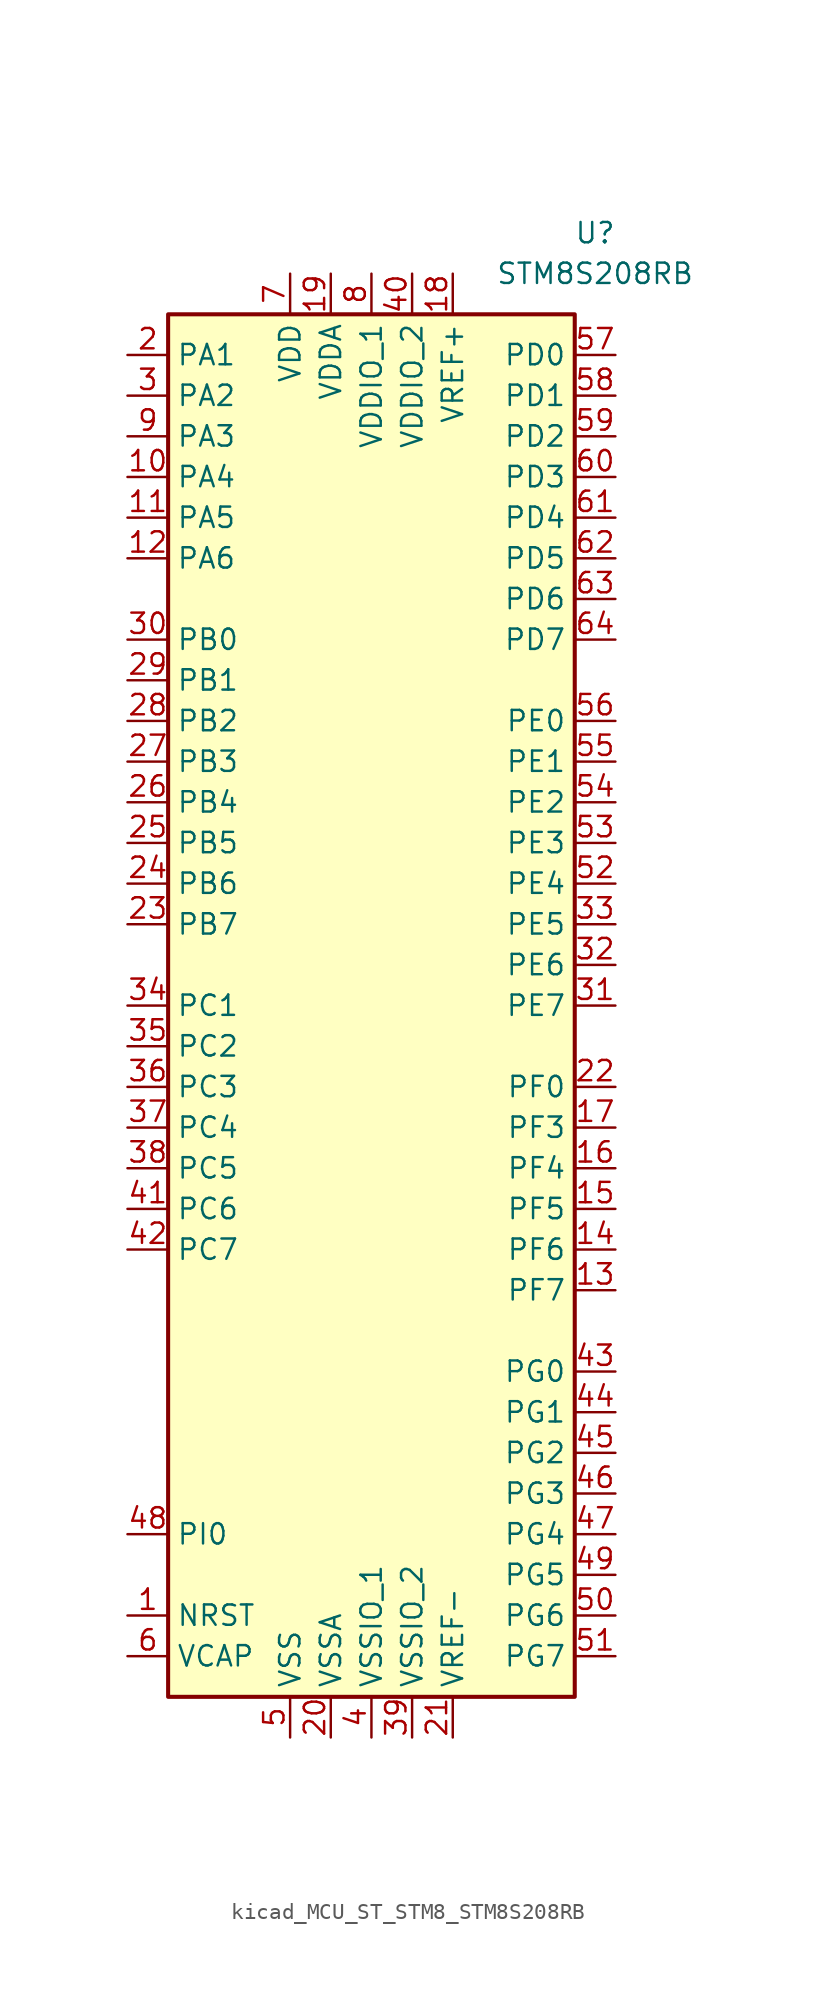
<source format=kicad_sym>
(kicad_symbol_lib
  (version 20220914)
  (generator kicad_symbol_editor)
  (symbol "kicad_MCU_ST_STM8_STM8S208RB"
    (property "Reference" "U"
      (at 13.97 48.26 0)
      (effects (font (size 1.27 1.27))))
    (property "Value" "STM8S208RB"
      (at 13.97 45.72 0)
      (effects (font (size 1.27 1.27))))
    (symbol "kicad_MCU_ST_STM8_STM8S208RB_0_1"
      (rectangle (start 12.7 43.18) (end -12.7 -43.18) (stroke (width 0.254) (type default)) (fill (type background))))
    (symbol "kicad_MCU_ST_STM8_STM8S208RB_1_1"
      (pin input line (at -15.24 -38.1 0) (length 2.54) (name "NRST" (effects (font (size 1.27 1.27)))) (number "1" (effects (font (size 1.27 1.27)))))
      (pin bidirectional line (at -15.24 33.02 0) (length 2.54) (name "PA4" (effects (font (size 1.27 1.27)))) (number "10" (effects (font (size 1.27 1.27)))))
      (pin bidirectional line (at -15.24 30.48 0) (length 2.54) (name "PA5" (effects (font (size 1.27 1.27)))) (number "11" (effects (font (size 1.27 1.27)))))
      (pin bidirectional line (at -15.24 27.94 0) (length 2.54) (name "PA6" (effects (font (size 1.27 1.27)))) (number "12" (effects (font (size 1.27 1.27)))))
      (pin bidirectional line (at 15.24 -17.78 180) (length 2.54) (name "PF7" (effects (font (size 1.27 1.27)))) (number "13" (effects (font (size 1.27 1.27)))))
      (pin bidirectional line (at 15.24 -15.24 180) (length 2.54) (name "PF6" (effects (font (size 1.27 1.27)))) (number "14" (effects (font (size 1.27 1.27)))))
      (pin bidirectional line (at 15.24 -12.7 180) (length 2.54) (name "PF5" (effects (font (size 1.27 1.27)))) (number "15" (effects (font (size 1.27 1.27)))))
      (pin bidirectional line (at 15.24 -10.16 180) (length 2.54) (name "PF4" (effects (font (size 1.27 1.27)))) (number "16" (effects (font (size 1.27 1.27)))))
      (pin bidirectional line (at 15.24 -7.62 180) (length 2.54) (name "PF3" (effects (font (size 1.27 1.27)))) (number "17" (effects (font (size 1.27 1.27)))))
      (pin power_in line (at 5.08 45.72 270) (length 2.54) (name "VREF+" (effects (font (size 1.27 1.27)))) (number "18" (effects (font (size 1.27 1.27)))))
      (pin power_in line (at -2.54 45.72 270) (length 2.54) (name "VDDA" (effects (font (size 1.27 1.27)))) (number "19" (effects (font (size 1.27 1.27)))))
      (pin bidirectional line (at -15.24 40.64 0) (length 2.54) (name "PA1" (effects (font (size 1.27 1.27)))) (number "2" (effects (font (size 1.27 1.27)))))
      (pin power_in line (at -2.54 -45.72 90) (length 2.54) (name "VSSA" (effects (font (size 1.27 1.27)))) (number "20" (effects (font (size 1.27 1.27)))))
      (pin power_in line (at 5.08 -45.72 90) (length 2.54) (name "VREF-" (effects (font (size 1.27 1.27)))) (number "21" (effects (font (size 1.27 1.27)))))
      (pin bidirectional line (at 15.24 -5.08 180) (length 2.54) (name "PF0" (effects (font (size 1.27 1.27)))) (number "22" (effects (font (size 1.27 1.27)))))
      (pin bidirectional line (at -15.24 5.08 0) (length 2.54) (name "PB7" (effects (font (size 1.27 1.27)))) (number "23" (effects (font (size 1.27 1.27)))))
      (pin bidirectional line (at -15.24 7.62 0) (length 2.54) (name "PB6" (effects (font (size 1.27 1.27)))) (number "24" (effects (font (size 1.27 1.27)))))
      (pin bidirectional line (at -15.24 10.16 0) (length 2.54) (name "PB5" (effects (font (size 1.27 1.27)))) (number "25" (effects (font (size 1.27 1.27)))))
      (pin bidirectional line (at -15.24 12.7 0) (length 2.54) (name "PB4" (effects (font (size 1.27 1.27)))) (number "26" (effects (font (size 1.27 1.27)))))
      (pin bidirectional line (at -15.24 15.24 0) (length 2.54) (name "PB3" (effects (font (size 1.27 1.27)))) (number "27" (effects (font (size 1.27 1.27)))))
      (pin bidirectional line (at -15.24 17.78 0) (length 2.54) (name "PB2" (effects (font (size 1.27 1.27)))) (number "28" (effects (font (size 1.27 1.27)))))
      (pin bidirectional line (at -15.24 20.32 0) (length 2.54) (name "PB1" (effects (font (size 1.27 1.27)))) (number "29" (effects (font (size 1.27 1.27)))))
      (pin bidirectional line (at -15.24 38.1 0) (length 2.54) (name "PA2" (effects (font (size 1.27 1.27)))) (number "3" (effects (font (size 1.27 1.27)))))
      (pin bidirectional line (at -15.24 22.86 0) (length 2.54) (name "PB0" (effects (font (size 1.27 1.27)))) (number "30" (effects (font (size 1.27 1.27)))))
      (pin bidirectional line (at 15.24 0 180) (length 2.54) (name "PE7" (effects (font (size 1.27 1.27)))) (number "31" (effects (font (size 1.27 1.27)))))
      (pin bidirectional line (at 15.24 2.54 180) (length 2.54) (name "PE6" (effects (font (size 1.27 1.27)))) (number "32" (effects (font (size 1.27 1.27)))))
      (pin bidirectional line (at 15.24 5.08 180) (length 2.54) (name "PE5" (effects (font (size 1.27 1.27)))) (number "33" (effects (font (size 1.27 1.27)))))
      (pin bidirectional line (at -15.24 0 0) (length 2.54) (name "PC1" (effects (font (size 1.27 1.27)))) (number "34" (effects (font (size 1.27 1.27)))))
      (pin bidirectional line (at -15.24 -2.54 0) (length 2.54) (name "PC2" (effects (font (size 1.27 1.27)))) (number "35" (effects (font (size 1.27 1.27)))))
      (pin bidirectional line (at -15.24 -5.08 0) (length 2.54) (name "PC3" (effects (font (size 1.27 1.27)))) (number "36" (effects (font (size 1.27 1.27)))))
      (pin bidirectional line (at -15.24 -7.62 0) (length 2.54) (name "PC4" (effects (font (size 1.27 1.27)))) (number "37" (effects (font (size 1.27 1.27)))))
      (pin bidirectional line (at -15.24 -10.16 0) (length 2.54) (name "PC5" (effects (font (size 1.27 1.27)))) (number "38" (effects (font (size 1.27 1.27)))))
      (pin power_in line (at 2.54 -45.72 90) (length 2.54) (name "VSSIO_2" (effects (font (size 1.27 1.27)))) (number "39" (effects (font (size 1.27 1.27)))))
      (pin power_in line (at 0 -45.72 90) (length 2.54) (name "VSSIO_1" (effects (font (size 1.27 1.27)))) (number "4" (effects (font (size 1.27 1.27)))))
      (pin power_in line (at 2.54 45.72 270) (length 2.54) (name "VDDIO_2" (effects (font (size 1.27 1.27)))) (number "40" (effects (font (size 1.27 1.27)))))
      (pin bidirectional line (at -15.24 -12.7 0) (length 2.54) (name "PC6" (effects (font (size 1.27 1.27)))) (number "41" (effects (font (size 1.27 1.27)))))
      (pin bidirectional line (at -15.24 -15.24 0) (length 2.54) (name "PC7" (effects (font (size 1.27 1.27)))) (number "42" (effects (font (size 1.27 1.27)))))
      (pin bidirectional line (at 15.24 -22.86 180) (length 2.54) (name "PG0" (effects (font (size 1.27 1.27)))) (number "43" (effects (font (size 1.27 1.27)))))
      (pin bidirectional line (at 15.24 -25.4 180) (length 2.54) (name "PG1" (effects (font (size 1.27 1.27)))) (number "44" (effects (font (size 1.27 1.27)))))
      (pin bidirectional line (at 15.24 -27.94 180) (length 2.54) (name "PG2" (effects (font (size 1.27 1.27)))) (number "45" (effects (font (size 1.27 1.27)))))
      (pin bidirectional line (at 15.24 -30.48 180) (length 2.54) (name "PG3" (effects (font (size 1.27 1.27)))) (number "46" (effects (font (size 1.27 1.27)))))
      (pin bidirectional line (at 15.24 -33.02 180) (length 2.54) (name "PG4" (effects (font (size 1.27 1.27)))) (number "47" (effects (font (size 1.27 1.27)))))
      (pin bidirectional line (at -15.24 -33.02 0) (length 2.54) (name "PI0" (effects (font (size 1.27 1.27)))) (number "48" (effects (font (size 1.27 1.27)))))
      (pin bidirectional line (at 15.24 -35.56 180) (length 2.54) (name "PG5" (effects (font (size 1.27 1.27)))) (number "49" (effects (font (size 1.27 1.27)))))
      (pin power_in line (at -5.08 -45.72 90) (length 2.54) (name "VSS" (effects (font (size 1.27 1.27)))) (number "5" (effects (font (size 1.27 1.27)))))
      (pin bidirectional line (at 15.24 -38.1 180) (length 2.54) (name "PG6" (effects (font (size 1.27 1.27)))) (number "50" (effects (font (size 1.27 1.27)))))
      (pin bidirectional line (at 15.24 -40.64 180) (length 2.54) (name "PG7" (effects (font (size 1.27 1.27)))) (number "51" (effects (font (size 1.27 1.27)))))
      (pin bidirectional line (at 15.24 7.62 180) (length 2.54) (name "PE4" (effects (font (size 1.27 1.27)))) (number "52" (effects (font (size 1.27 1.27)))))
      (pin bidirectional line (at 15.24 10.16 180) (length 2.54) (name "PE3" (effects (font (size 1.27 1.27)))) (number "53" (effects (font (size 1.27 1.27)))))
      (pin bidirectional line (at 15.24 12.7 180) (length 2.54) (name "PE2" (effects (font (size 1.27 1.27)))) (number "54" (effects (font (size 1.27 1.27)))))
      (pin bidirectional line (at 15.24 15.24 180) (length 2.54) (name "PE1" (effects (font (size 1.27 1.27)))) (number "55" (effects (font (size 1.27 1.27)))))
      (pin bidirectional line (at 15.24 17.78 180) (length 2.54) (name "PE0" (effects (font (size 1.27 1.27)))) (number "56" (effects (font (size 1.27 1.27)))))
      (pin bidirectional line (at 15.24 40.64 180) (length 2.54) (name "PD0" (effects (font (size 1.27 1.27)))) (number "57" (effects (font (size 1.27 1.27)))))
      (pin bidirectional line (at 15.24 38.1 180) (length 2.54) (name "PD1" (effects (font (size 1.27 1.27)))) (number "58" (effects (font (size 1.27 1.27)))))
      (pin bidirectional line (at 15.24 35.56 180) (length 2.54) (name "PD2" (effects (font (size 1.27 1.27)))) (number "59" (effects (font (size 1.27 1.27)))))
      (pin input line (at -15.24 -40.64 0) (length 2.54) (name "VCAP" (effects (font (size 1.27 1.27)))) (number "6" (effects (font (size 1.27 1.27)))))
      (pin bidirectional line (at 15.24 33.02 180) (length 2.54) (name "PD3" (effects (font (size 1.27 1.27)))) (number "60" (effects (font (size 1.27 1.27)))))
      (pin bidirectional line (at 15.24 30.48 180) (length 2.54) (name "PD4" (effects (font (size 1.27 1.27)))) (number "61" (effects (font (size 1.27 1.27)))))
      (pin bidirectional line (at 15.24 27.94 180) (length 2.54) (name "PD5" (effects (font (size 1.27 1.27)))) (number "62" (effects (font (size 1.27 1.27)))))
      (pin bidirectional line (at 15.24 25.4 180) (length 2.54) (name "PD6" (effects (font (size 1.27 1.27)))) (number "63" (effects (font (size 1.27 1.27)))))
      (pin bidirectional line (at 15.24 22.86 180) (length 2.54) (name "PD7" (effects (font (size 1.27 1.27)))) (number "64" (effects (font (size 1.27 1.27)))))
      (pin power_in line (at -5.08 45.72 270) (length 2.54) (name "VDD" (effects (font (size 1.27 1.27)))) (number "7" (effects (font (size 1.27 1.27)))))
      (pin power_in line (at 0 45.72 270) (length 2.54) (name "VDDIO_1" (effects (font (size 1.27 1.27)))) (number "8" (effects (font (size 1.27 1.27)))))
      (pin bidirectional line (at -15.24 35.56 0) (length 2.54) (name "PA3" (effects (font (size 1.27 1.27)))) (number "9" (effects (font (size 1.27 1.27))))))))
</source>
